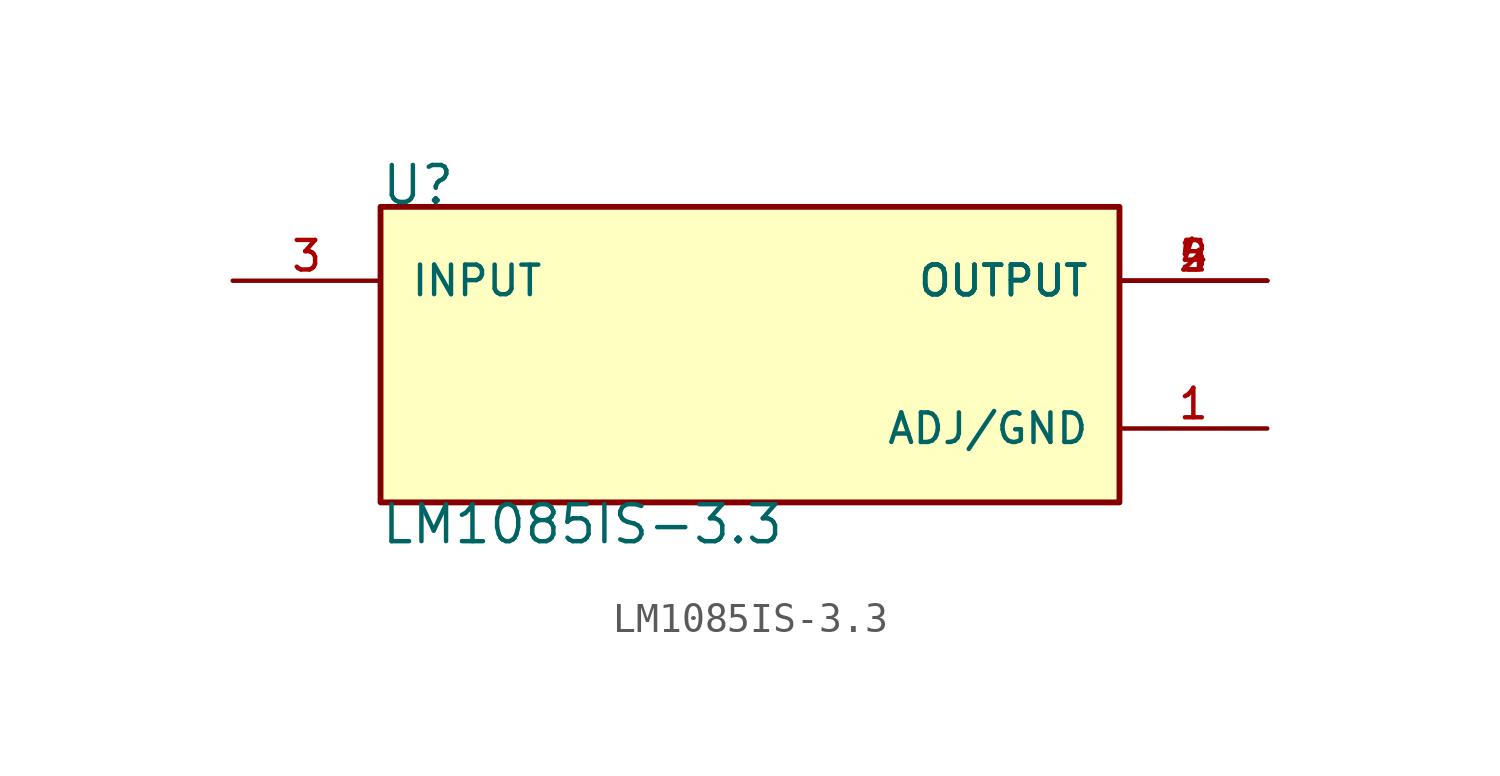
<source format=kicad_sym>
(kicad_symbol_lib
  (version 20211014)
  (generator kicad_symbol_editor)
  (symbol "LM1085IS-3.3"
    (pin_names
      (offset 1.016))
    (property "Reference" "U"
      (at -12.716 5.086 0)
      (effects (font (size 1.27 1.27)) (justify bottom left)))
    (property "Value" "LM1085IS-3.3"
      (at -12.725 -5.09 0.0)
      (effects (font (size 1.27 1.27)) (justify top left)))
    (symbol "LM1085IS-3.3_0_0"
      (rectangle (start -12.7 -5.08) (end 12.7 5.08) (stroke (width 0.2)) (fill (type background)))
      (pin input line (at -17.78 2.54 0) (length 5.08) (name "INPUT" (effects (font (size 1.016 1.016)))) (number "3" (effects (font (size 1.016 1.016)))))
      (pin output line (at 17.78 2.54 180.0) (length 5.08) (name "OUTPUT" (effects (font (size 1.016 1.016)))) (number "2" (effects (font (size 1.016 1.016)))))
      (pin output line (at 17.78 2.54 180.0) (length 5.08) (name "OUTPUT" (effects (font (size 1.016 1.016)))) (number "4" (effects (font (size 1.016 1.016)))))
      (pin output line (at 17.78 2.54 180.0) (length 5.08) (name "OUTPUT" (effects (font (size 1.016 1.016)))) (number "5" (effects (font (size 1.016 1.016)))))
      (pin passive line (at 17.78 -2.54 180.0) (length 5.08) (name "ADJ/GND" (effects (font (size 1.016 1.016)))) (number "1" (effects (font (size 1.016 1.016))))))))
</source>
